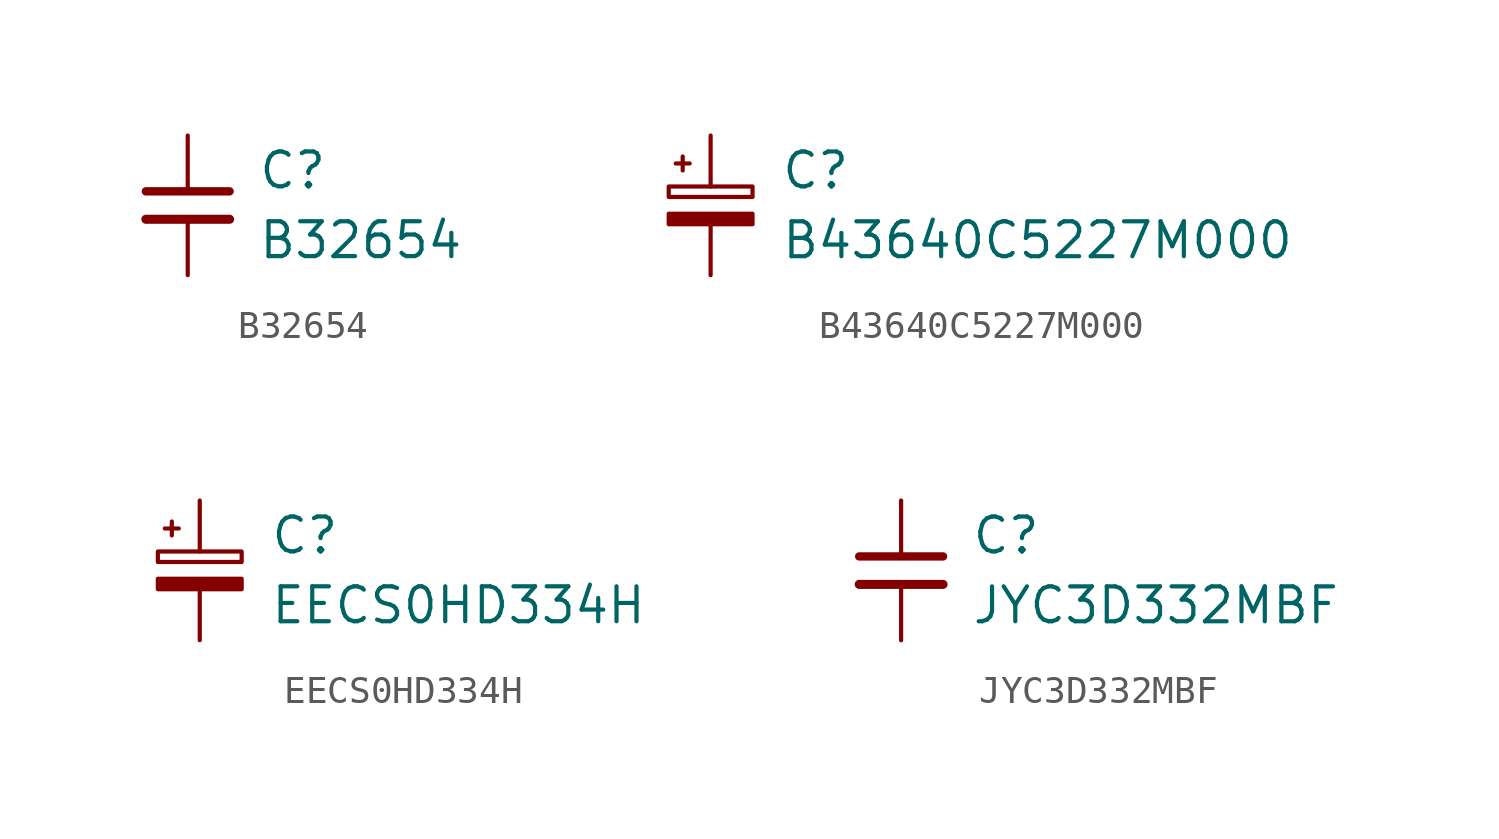
<source format=kicad_sym>
(kicad_symbol_lib
  (version 20211014)
  (generator kicad_symbol_editor)
  (symbol "B32654"
    (pin_numbers hide)
    (pin_names
      (offset 0) hide)
    (property "Reference" "C"
      (at 2.54 1.27 0)
      (effects (font (size 1.27 1.27)) (justify left)))
    (property "Value" "B32654"
      (at 2.54 -1.27 0)
      (effects (font (size 1.27 1.27)) (justify left)))
    (symbol "B32654_1_1"
      (polyline (pts (xy -1.524 -0.508) (xy 1.524 -0.508)) (stroke (width 0.33) (type default) (color 0 0 0 0)) (fill (type none)))
      (polyline (pts (xy -1.524 0.508) (xy 1.524 0.508)) (stroke (width 0.305) (type default) (color 0 0 0 0)) (fill (type none)))
      (pin passive line (at 0 2.54 270) (length 2.032) (name "~" (effects (font (size 1.27 1.27)))) (number "1" (effects (font (size 1.27 1.27)))))
      (pin passive line (at 0 -2.54 90) (length 2.032) (name "~" (effects (font (size 1.27 1.27)))) (number "2" (effects (font (size 1.27 1.27)))))))
  (symbol "B43640C5227M000"
    (pin_numbers hide)
    (pin_names
      (offset 0) hide)
    (property "Reference" "C"
      (at 2.54 1.27 0)
      (effects (font (size 1.27 1.27)) (justify left)))
    (property "Value" "B43640C5227M000"
      (at 2.54 -1.27 0)
      (effects (font (size 1.27 1.27)) (justify left)))
    (symbol "B43640C5227M000_1_1"
      (rectangle (start -1.524 -0.305) (end 1.524 -0.686) (stroke (width 0) (type default) (color 0 0 0 0)) (fill (type outline)))
      (rectangle (start -1.524 0.686) (end 1.524 0.305) (stroke (width 0) (type default) (color 0 0 0 0)) (fill (type none)))
      (polyline (pts (xy -1.27 1.524) (xy -0.762 1.524)) (stroke (width 0) (type default) (color 0 0 0 0)) (fill (type none)))
      (polyline (pts (xy -1.016 1.27) (xy -1.016 1.778)) (stroke (width 0) (type default) (color 0 0 0 0)) (fill (type none)))
      (pin passive line (at 0 2.54 270) (length 1.854) (name "~" (effects (font (size 1.27 1.27)))) (number "1" (effects (font (size 1.27 1.27)))))
      (pin passive line (at 0 -2.54 90) (length 1.854) (name "~" (effects (font (size 1.27 1.27)))) (number "2" (effects (font (size 1.27 1.27)))))))
  (symbol "EECS0HD334H"
    (pin_numbers hide)
    (pin_names
      (offset 1.016))
    (property "Reference" "C"
      (at 2.54 1.27 0)
      (effects (font (size 1.27 1.27)) (justify left)))
    (property "Value" "EECS0HD334H"
      (at 2.54 -1.27 0)
      (effects (font (size 1.27 1.27)) (justify left)))
    (symbol "EECS0HD334H_1_1"
      (rectangle (start -1.524 -0.305) (end 1.524 -0.686) (stroke (width 0) (type default) (color 0 0 0 0)) (fill (type outline)))
      (rectangle (start -1.524 0.686) (end 1.524 0.305) (stroke (width 0) (type default) (color 0 0 0 0)) (fill (type none)))
      (polyline (pts (xy -1.27 1.524) (xy -0.762 1.524)) (stroke (width 0) (type default) (color 0 0 0 0)) (fill (type none)))
      (polyline (pts (xy -1.016 1.27) (xy -1.016 1.778)) (stroke (width 0) (type default) (color 0 0 0 0)) (fill (type none)))
      (pin passive line (at 0 2.54 270) (length 1.854) (name "~" (effects (font (size 1.27 1.27)))) (number "1" (effects (font (size 1.27 1.27)))))
      (pin passive line (at 0 -2.54 90) (length 1.854) (name "~" (effects (font (size 1.27 1.27)))) (number "2" (effects (font (size 1.27 1.27)))))))
  (symbol "JYC3D332MBF"
    (pin_numbers hide)
    (pin_names
      (offset 0) hide)
    (property "Reference" "C"
      (at 2.54 1.27 0)
      (effects (font (size 1.27 1.27)) (justify left)))
    (property "Value" "JYC3D332MBF"
      (at 2.54 -1.27 0)
      (effects (font (size 1.27 1.27)) (justify left)))
    (symbol "JYC3D332MBF_1_1"
      (polyline (pts (xy -1.524 -0.508) (xy 1.524 -0.508)) (stroke (width 0.33) (type default) (color 0 0 0 0)) (fill (type none)))
      (polyline (pts (xy -1.524 0.508) (xy 1.524 0.508)) (stroke (width 0.305) (type default) (color 0 0 0 0)) (fill (type none)))
      (pin passive line (at 0 2.54 270) (length 2.032) (name "~" (effects (font (size 1.27 1.27)))) (number "1" (effects (font (size 1.27 1.27)))))
      (pin passive line (at 0 -2.54 90) (length 2.032) (name "~" (effects (font (size 1.27 1.27)))) (number "2" (effects (font (size 1.27 1.27))))))))
</source>
